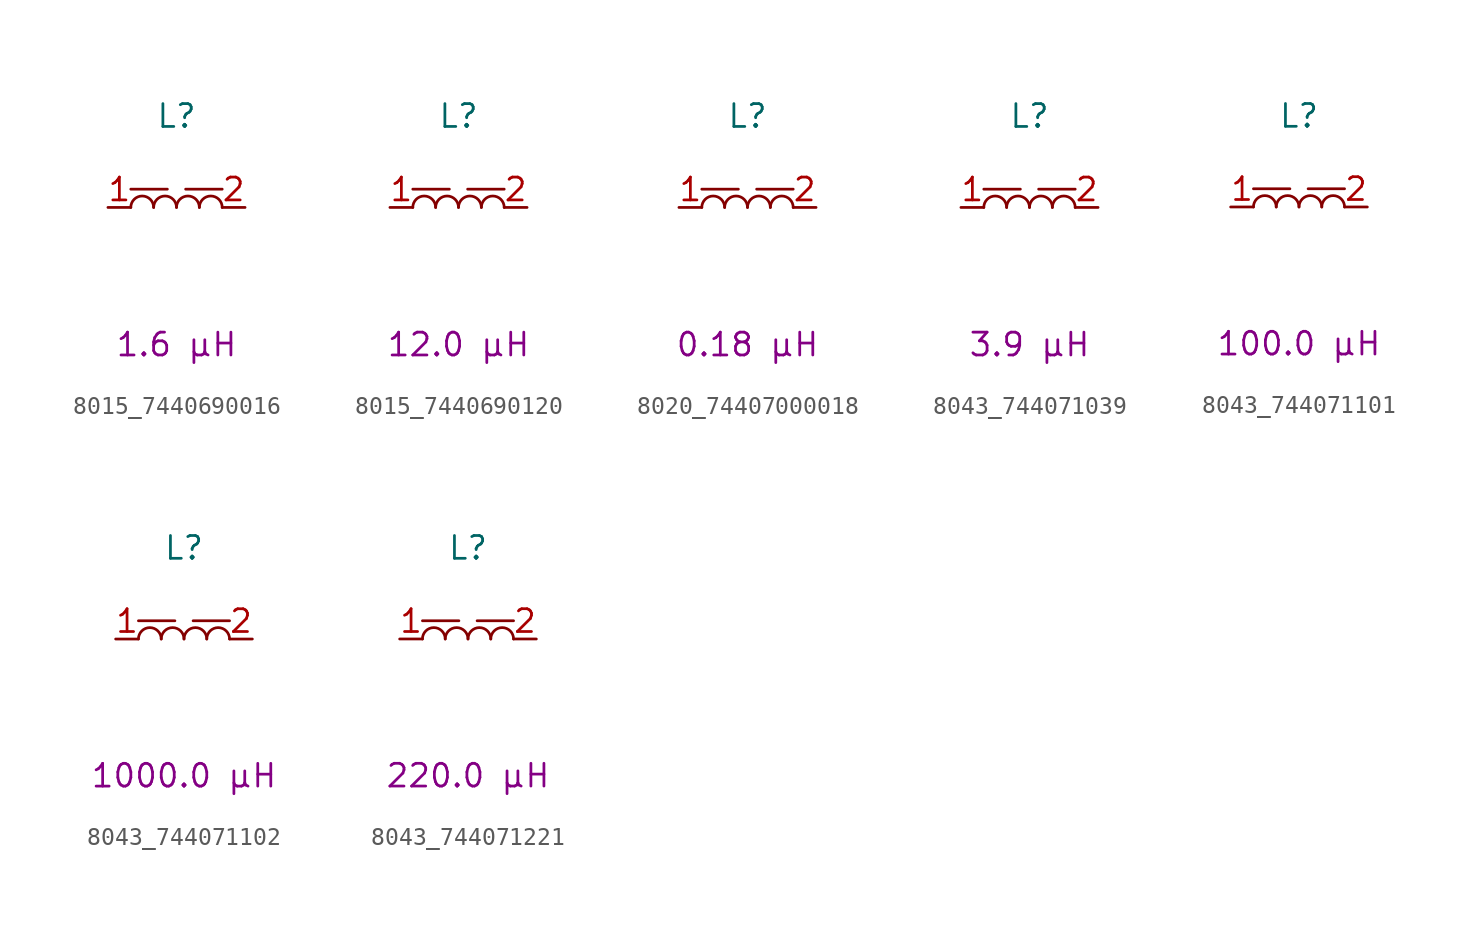
<source format=kicad_sym>
(kicad_symbol_lib
  (version 20220914)
  (generator kicad_symbol_editor)
  (symbol "8015_7440690016"
    (pin_names hide)
    (property "Reference" "L"
      (at 0 5.08 0)
      (effects (font (size 1.27 1.27))))
    (property "Critical Parameter" "1.6 µH"
      (at 0 -7.62 0)
      (effects (font (size 1.27 1.27))))
    (symbol "8015_7440690016_0_1"
      (arc (start -1.27 0) (mid -1.905 0.6323) (end -2.54 0) (stroke (width 0) (type default)) (fill (type none)))
      (arc (start 0 0) (mid -0.635 0.6323) (end -1.27 0) (stroke (width 0) (type default)) (fill (type none)))
      (polyline (pts (xy -2.54 1.016) (xy -0.508 1.016)) (stroke (width 0) (type default)) (fill (type none)))
      (arc (start 1.27 0) (mid 0.635 0.6323) (end 0 0) (stroke (width 0) (type default)) (fill (type none)))
      (arc (start 2.54 0) (mid 1.905 0.6323) (end 1.27 0) (stroke (width 0) (type default)) (fill (type none))))
    (symbol "8015_7440690016_1_1"
      (polyline (pts (xy 2.54 1.016) (xy 0.508 1.016)) (stroke (width 0) (type default)) (fill (type none)))
      (pin passive line (at -3.81 0 0) (length 1.27) (name "1" (effects (font (size 1.27 1.27)))) (number "1" (effects (font (size 1.27 1.27)))))
      (pin passive line (at 3.81 0 180) (length 1.27) (name "2" (effects (font (size 1.27 1.27)))) (number "2" (effects (font (size 1.27 1.27)))))))
  (symbol "8015_7440690120"
    (pin_names hide)
    (property "Reference" "L"
      (at 0 5.08 0)
      (effects (font (size 1.27 1.27))))
    (property "Critical Parameter" "12.0 µH"
      (at 0 -7.62 0)
      (effects (font (size 1.27 1.27))))
    (symbol "8015_7440690120_0_1"
      (arc (start -1.27 0) (mid -1.905 0.6323) (end -2.54 0) (stroke (width 0) (type default)) (fill (type none)))
      (arc (start 0 0) (mid -0.635 0.6323) (end -1.27 0) (stroke (width 0) (type default)) (fill (type none)))
      (polyline (pts (xy -2.54 1.016) (xy -0.508 1.016)) (stroke (width 0) (type default)) (fill (type none)))
      (arc (start 1.27 0) (mid 0.635 0.6323) (end 0 0) (stroke (width 0) (type default)) (fill (type none)))
      (arc (start 2.54 0) (mid 1.905 0.6323) (end 1.27 0) (stroke (width 0) (type default)) (fill (type none))))
    (symbol "8015_7440690120_1_1"
      (polyline (pts (xy 2.54 1.016) (xy 0.508 1.016)) (stroke (width 0) (type default)) (fill (type none)))
      (pin passive line (at -3.81 0 0) (length 1.27) (name "1" (effects (font (size 1.27 1.27)))) (number "1" (effects (font (size 1.27 1.27)))))
      (pin passive line (at 3.81 0 180) (length 1.27) (name "2" (effects (font (size 1.27 1.27)))) (number "2" (effects (font (size 1.27 1.27)))))))
  (symbol "8020_74407000018"
    (pin_names hide)
    (property "Reference" "L"
      (at 0 5.08 0)
      (effects (font (size 1.27 1.27))))
    (property "Critical Parameter" "0.18 µH"
      (at 0 -7.62 0)
      (effects (font (size 1.27 1.27))))
    (symbol "8020_74407000018_0_1"
      (arc (start -1.27 0) (mid -1.905 0.6323) (end -2.54 0) (stroke (width 0) (type default)) (fill (type none)))
      (arc (start 0 0) (mid -0.635 0.6323) (end -1.27 0) (stroke (width 0) (type default)) (fill (type none)))
      (polyline (pts (xy -2.54 1.016) (xy -0.508 1.016)) (stroke (width 0) (type default)) (fill (type none)))
      (arc (start 1.27 0) (mid 0.635 0.6323) (end 0 0) (stroke (width 0) (type default)) (fill (type none)))
      (arc (start 2.54 0) (mid 1.905 0.6323) (end 1.27 0) (stroke (width 0) (type default)) (fill (type none))))
    (symbol "8020_74407000018_1_1"
      (polyline (pts (xy 2.54 1.016) (xy 0.508 1.016)) (stroke (width 0) (type default)) (fill (type none)))
      (pin passive line (at -3.81 0 0) (length 1.27) (name "1" (effects (font (size 1.27 1.27)))) (number "1" (effects (font (size 1.27 1.27)))))
      (pin passive line (at 3.81 0 180) (length 1.27) (name "2" (effects (font (size 1.27 1.27)))) (number "2" (effects (font (size 1.27 1.27)))))))
  (symbol "8043_744071039"
    (pin_names hide)
    (property "Reference" "L"
      (at 0 5.08 0)
      (effects (font (size 1.27 1.27))))
    (property "Critical Parameter" "3.9 µH"
      (at 0 -7.62 0)
      (effects (font (size 1.27 1.27))))
    (symbol "8043_744071039_0_1"
      (arc (start -1.27 0) (mid -1.905 0.6323) (end -2.54 0) (stroke (width 0) (type default)) (fill (type none)))
      (arc (start 0 0) (mid -0.635 0.6323) (end -1.27 0) (stroke (width 0) (type default)) (fill (type none)))
      (polyline (pts (xy -2.54 1.016) (xy -0.508 1.016)) (stroke (width 0) (type default)) (fill (type none)))
      (arc (start 1.27 0) (mid 0.635 0.6323) (end 0 0) (stroke (width 0) (type default)) (fill (type none)))
      (arc (start 2.54 0) (mid 1.905 0.6323) (end 1.27 0) (stroke (width 0) (type default)) (fill (type none))))
    (symbol "8043_744071039_1_1"
      (polyline (pts (xy 2.54 1.016) (xy 0.508 1.016)) (stroke (width 0) (type default)) (fill (type none)))
      (pin passive line (at -3.81 0 0) (length 1.27) (name "1" (effects (font (size 1.27 1.27)))) (number "1" (effects (font (size 1.27 1.27)))))
      (pin passive line (at 3.81 0 180) (length 1.27) (name "2" (effects (font (size 1.27 1.27)))) (number "2" (effects (font (size 1.27 1.27)))))))
  (symbol "8043_744071101"
    (pin_names hide)
    (property "Reference" "L"
      (at 0 5.08 0)
      (effects (font (size 1.27 1.27))))
    (property "Critical Parameter" "100.0 µH"
      (at 0 -7.62 0)
      (effects (font (size 1.27 1.27))))
    (symbol "8043_744071101_0_1"
      (arc (start -1.27 0) (mid -1.905 0.6323) (end -2.54 0) (stroke (width 0) (type default)) (fill (type none)))
      (arc (start 0 0) (mid -0.635 0.6323) (end -1.27 0) (stroke (width 0) (type default)) (fill (type none)))
      (polyline (pts (xy -2.54 1.016) (xy -0.508 1.016)) (stroke (width 0) (type default)) (fill (type none)))
      (arc (start 1.27 0) (mid 0.635 0.6323) (end 0 0) (stroke (width 0) (type default)) (fill (type none)))
      (arc (start 2.54 0) (mid 1.905 0.6323) (end 1.27 0) (stroke (width 0) (type default)) (fill (type none))))
    (symbol "8043_744071101_1_1"
      (polyline (pts (xy 2.54 1.016) (xy 0.508 1.016)) (stroke (width 0) (type default)) (fill (type none)))
      (pin passive line (at -3.81 0 0) (length 1.27) (name "1" (effects (font (size 1.27 1.27)))) (number "1" (effects (font (size 1.27 1.27)))))
      (pin passive line (at 3.81 0 180) (length 1.27) (name "2" (effects (font (size 1.27 1.27)))) (number "2" (effects (font (size 1.27 1.27)))))))
  (symbol "8043_744071102"
    (pin_names hide)
    (property "Reference" "L"
      (at 0 5.08 0)
      (effects (font (size 1.27 1.27))))
    (property "Critical Parameter" "1000.0 µH"
      (at 0 -7.62 0)
      (effects (font (size 1.27 1.27))))
    (symbol "8043_744071102_0_1"
      (arc (start -1.27 0) (mid -1.905 0.6323) (end -2.54 0) (stroke (width 0) (type default)) (fill (type none)))
      (arc (start 0 0) (mid -0.635 0.6323) (end -1.27 0) (stroke (width 0) (type default)) (fill (type none)))
      (polyline (pts (xy -2.54 1.016) (xy -0.508 1.016)) (stroke (width 0) (type default)) (fill (type none)))
      (arc (start 1.27 0) (mid 0.635 0.6323) (end 0 0) (stroke (width 0) (type default)) (fill (type none)))
      (arc (start 2.54 0) (mid 1.905 0.6323) (end 1.27 0) (stroke (width 0) (type default)) (fill (type none))))
    (symbol "8043_744071102_1_1"
      (polyline (pts (xy 2.54 1.016) (xy 0.508 1.016)) (stroke (width 0) (type default)) (fill (type none)))
      (pin passive line (at -3.81 0 0) (length 1.27) (name "1" (effects (font (size 1.27 1.27)))) (number "1" (effects (font (size 1.27 1.27)))))
      (pin passive line (at 3.81 0 180) (length 1.27) (name "2" (effects (font (size 1.27 1.27)))) (number "2" (effects (font (size 1.27 1.27)))))))
  (symbol "8043_744071221"
    (pin_names hide)
    (property "Reference" "L"
      (at 0 5.08 0)
      (effects (font (size 1.27 1.27))))
    (property "Critical Parameter" "220.0 µH"
      (at 0 -7.62 0)
      (effects (font (size 1.27 1.27))))
    (symbol "8043_744071221_0_1"
      (arc (start -1.27 0) (mid -1.905 0.6323) (end -2.54 0) (stroke (width 0) (type default)) (fill (type none)))
      (arc (start 0 0) (mid -0.635 0.6323) (end -1.27 0) (stroke (width 0) (type default)) (fill (type none)))
      (polyline (pts (xy -2.54 1.016) (xy -0.508 1.016)) (stroke (width 0) (type default)) (fill (type none)))
      (arc (start 1.27 0) (mid 0.635 0.6323) (end 0 0) (stroke (width 0) (type default)) (fill (type none)))
      (arc (start 2.54 0) (mid 1.905 0.6323) (end 1.27 0) (stroke (width 0) (type default)) (fill (type none))))
    (symbol "8043_744071221_1_1"
      (polyline (pts (xy 2.54 1.016) (xy 0.508 1.016)) (stroke (width 0) (type default)) (fill (type none)))
      (pin passive line (at -3.81 0 0) (length 1.27) (name "1" (effects (font (size 1.27 1.27)))) (number "1" (effects (font (size 1.27 1.27)))))
      (pin passive line (at 3.81 0 180) (length 1.27) (name "2" (effects (font (size 1.27 1.27)))) (number "2" (effects (font (size 1.27 1.27))))))))
</source>
